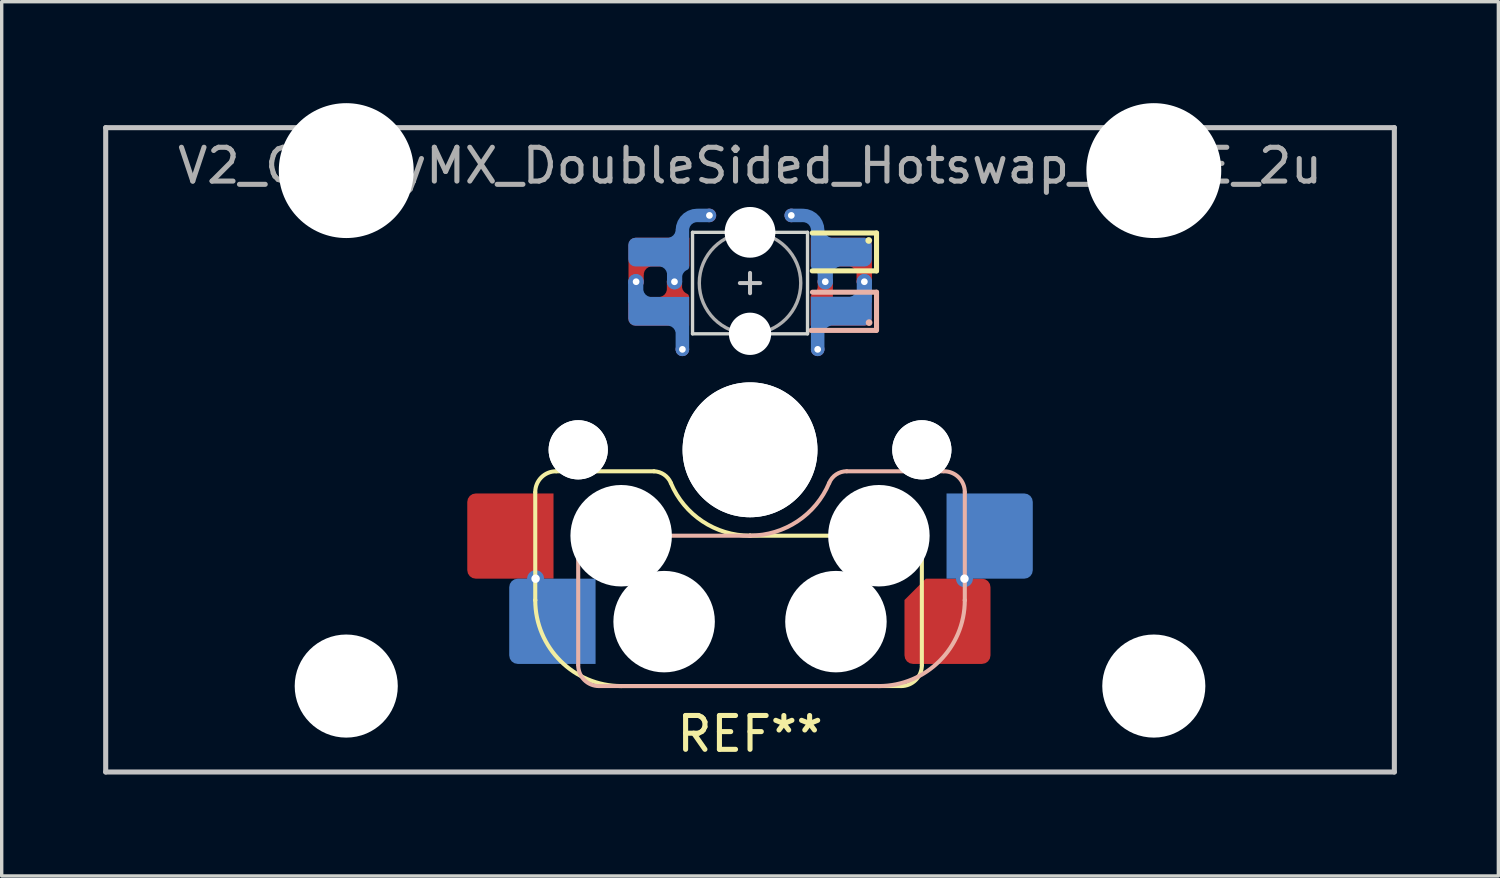
<source format=kicad_pcb>
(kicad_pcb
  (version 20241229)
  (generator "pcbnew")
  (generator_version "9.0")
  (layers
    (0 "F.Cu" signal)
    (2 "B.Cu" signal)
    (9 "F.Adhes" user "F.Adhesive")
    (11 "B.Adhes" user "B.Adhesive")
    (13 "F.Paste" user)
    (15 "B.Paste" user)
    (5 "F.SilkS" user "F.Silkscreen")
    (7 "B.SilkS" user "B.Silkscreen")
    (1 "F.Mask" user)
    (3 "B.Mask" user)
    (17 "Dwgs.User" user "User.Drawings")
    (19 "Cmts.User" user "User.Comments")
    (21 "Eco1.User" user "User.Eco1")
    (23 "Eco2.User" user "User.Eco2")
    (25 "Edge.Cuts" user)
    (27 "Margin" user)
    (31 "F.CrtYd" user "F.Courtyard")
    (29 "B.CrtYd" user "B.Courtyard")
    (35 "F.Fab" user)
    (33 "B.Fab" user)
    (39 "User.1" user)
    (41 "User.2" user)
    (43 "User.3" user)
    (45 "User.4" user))
  (footprint "V2_CherryMX_DoubleSided_Hotswap_miniE_2u"
    (layer "F.Cu")
    (at 19.125 10.249)
    (property "Reference" "V2_CherryMX_DoubleSided_Hotswap_miniE_2u" (at 0 -8.4 0) (layer "F.Fab") (effects (font (size 1 1) (thickness 0.15))))
    (attr through_hole)
    (fp_line (start -6.35 4.445) (end -6.35 1.26) (stroke (width 0.12) (type solid)) (layer "F.SilkS"))
    (fp_line (start -6.35 4.445) (end -6.35 4.445) (stroke (width 0.12) (type solid)) (layer "F.SilkS"))
    (fp_line (start -5.73 0.635) (end -2.84 0.635) (stroke (width 0.12) (type solid)) (layer "F.SilkS"))
    (fp_line (start -3.81 6.985) (end -3.81 6.985) (stroke (width 0.12) (type solid)) (layer "F.SilkS"))
    (fp_line (start -3.81 6.985) (end 4.46 6.985) (stroke (width 0.12) (type solid)) (layer "F.SilkS"))
    (fp_line (start 0 2.54) (end 0 2.54) (stroke (width 0.12) (type solid)) (layer "F.SilkS"))
    (fp_line (start 0 2.54) (end 5.08 2.54) (stroke (width 0.12) (type solid)) (layer "F.SilkS"))
    (fp_line (start 3.74 -6.41) (end 1.84 -6.41) (stroke (width 0.15) (type solid)) (layer "F.SilkS"))
    (fp_line (start 3.74 -5.29) (end 1.84 -5.29) (stroke (width 0.15) (type solid)) (layer "F.SilkS"))
    (fp_line (start 3.74 -5.29) (end 3.74 -6.41) (stroke (width 0.15) (type solid)) (layer "F.SilkS"))
    (fp_line (start 5.08 2.54) (end 5.08 2.54) (stroke (width 0.12) (type solid)) (layer "F.SilkS"))
    (fp_line (start 5.08 2.54) (end 5.08 2.54) (stroke (width 0.12) (type solid)) (layer "F.SilkS"))
    (fp_line (start 5.08 6.37) (end 5.08 2.54) (stroke (width 0.12) (type solid)) (layer "F.SilkS"))
    (fp_arc (start -6.35 1.25) (mid -6.169871 0.815129) (end -5.735 0.635) (stroke (width 0.12) (type default)) (layer "F.SilkS"))
    (fp_arc (start -3.81 6.985) (mid -5.606051 6.241051) (end -6.35 4.445) (stroke (width 0.12) (type solid)) (layer "F.SilkS"))
    (fp_arc (start -2.840072 0.635) (mid -2.539135 0.734322) (end -2.34 0.980845) (stroke (width 0.12) (type default)) (layer "F.SilkS"))
    (fp_arc (start 0 2.54) (mid -1.405311 2.115199) (end -2.34 0.983072) (stroke (width 0.12) (type solid)) (layer "F.SilkS"))
    (fp_arc (start 5.080129 6.37) (mid 4.900006 6.804877) (end 4.465129 6.985) (stroke (width 0.12) (type default)) (layer "F.SilkS"))
    (fp_circle (center 3.51 -6.19) (end 3.41 -6.19) (stroke (width 0) (type solid)) (fill yes) (layer "F.SilkS"))
    (fp_line (start -5.08 2.54) (end -5.08 2.54) (stroke (width 0.12) (type solid)) (layer "B.SilkS"))
    (fp_line (start -5.08 2.54) (end -5.08 2.54) (stroke (width 0.12) (type solid)) (layer "B.SilkS"))
    (fp_line (start -5.08 6.36) (end -5.08 2.54) (stroke (width 0.12) (type solid)) (layer "B.SilkS"))
    (fp_line (start -4.46 6.985) (end 3.81 6.985) (stroke (width 0.12) (type solid)) (layer "B.SilkS"))
    (fp_line (start 0 2.54) (end -5.08 2.54) (stroke (width 0.12) (type solid)) (layer "B.SilkS"))
    (fp_line (start 0 2.54) (end 0 2.54) (stroke (width 0.12) (type solid)) (layer "B.SilkS"))
    (fp_line (start 1.8 -3.53) (end 3.724 -3.53) (stroke (width 0.15) (type solid)) (layer "B.SilkS"))
    (fp_line (start 2.86 0.635) (end 5.72 0.635) (stroke (width 0.12) (type solid)) (layer "B.SilkS"))
    (fp_line (start 3.74 -4.66) (end 1.846 -4.66) (stroke (width 0.15) (type solid)) (layer "B.SilkS"))
    (fp_line (start 3.74 -3.53) (end 3.74 -4.66) (stroke (width 0.15) (type solid)) (layer "B.SilkS"))
    (fp_line (start 3.81 6.985) (end 3.81 6.985) (stroke (width 0.12) (type solid)) (layer "B.SilkS"))
    (fp_line (start 6.35 1.25) (end 6.35 4.445) (stroke (width 0.12) (type solid)) (layer "B.SilkS"))
    (fp_line (start 6.35 4.445) (end 6.35 4.445) (stroke (width 0.12) (type solid)) (layer "B.SilkS"))
    (fp_arc (start -4.465 6.985) (mid -4.899871 6.804871) (end -5.08 6.37) (stroke (width 0.12) (type default)) (layer "B.SilkS"))
    (fp_arc (start 2.34 0.98) (mid 1.405313 2.11213) (end 0 2.536928) (stroke (width 0.12) (type solid)) (layer "B.SilkS"))
    (fp_arc (start 2.34 0.98) (mid 2.547385 0.72789) (end 2.859999 0.633863) (stroke (width 0.12) (type default)) (layer "B.SilkS"))
    (fp_arc (start 5.735129 0.635) (mid 6.170006 0.815123) (end 6.350129 1.25) (stroke (width 0.12) (type default)) (layer "B.SilkS"))
    (fp_arc (start 6.35 4.445) (mid 5.606051 6.241051) (end 3.81 6.985) (stroke (width 0.12) (type solid)) (layer "B.SilkS"))
    (fp_circle (center 3.52 -3.76) (end 3.62 -3.76) (stroke (width 0) (type solid)) (fill yes) (layer "B.SilkS"))
    (fp_line (start -19.05 -9.525) (end 19.05 -9.525) (stroke (width 0.15) (type solid)) (layer "Dwgs.User"))
    (fp_line (start -19.05 9.525) (end -19.05 -9.525) (stroke (width 0.15) (type solid)) (layer "Dwgs.User"))
    (fp_line (start -0.3 -4.93) (end 0.3 -4.93) (stroke (width 0.12) (type solid)) (layer "Dwgs.User"))
    (fp_line (start 0 -4.63) (end 0 -5.23) (stroke (width 0.12) (type solid)) (layer "Dwgs.User"))
    (fp_line (start 19.05 -9.525) (end 19.05 9.525) (stroke (width 0.15) (type solid)) (layer "Dwgs.User"))
    (fp_line (start 19.05 9.525) (end -19.05 9.525) (stroke (width 0.15) (type solid)) (layer "Dwgs.User"))
    (fp_line (start -1.7 -6.43) (end -1.7 -3.43) (stroke (width 0.1) (type solid)) (layer "Edge.Cuts"))
    (fp_line (start 1.7 -6.43) (end -1.7 -6.43) (stroke (width 0.1) (type solid)) (layer "Edge.Cuts"))
    (fp_line (start 1.7 -3.43) (end -1.7 -3.43) (stroke (width 0.1) (type solid)) (layer "Edge.Cuts"))
    (fp_line (start 1.7 -3.43) (end 1.7 -6.43) (stroke (width 0.1) (type solid)) (layer "Edge.Cuts"))
    (fp_circle (center 0 -4.93) (end 0 -6.43) (stroke (width 0.1) (type solid)) (fill no) (layer "F.Fab"))
    (fp_line (start -9.525 9.525) (end -9.525 -9.525) (stroke (width 0.15) (type solid)) (layer "User.2"))
    (fp_line (start 9.525 -9.525) (end -9.525 -9.525) (stroke (width 0.15) (type solid)) (layer "User.2"))
    (fp_line (start 9.525 9.525) (end -9.525 9.525) (stroke (width 0.15) (type solid)) (layer "User.2"))
    (fp_line (start 9.525 9.525) (end 9.525 -9.525) (stroke (width 0.15) (type solid)) (layer "User.2"))
    (fp_text user "REF**" (at 0 8.4 0) (unlocked yes) (layer "F.SilkS") (effects (font (size 1 1) (thickness 0.15))))
    (pad "" np_thru_hole circle (at -11.938 -8.255) (size 3.988 3.988) (drill 3.988) (layers "*.Cu" "*.Mask"))
    (pad "" np_thru_hole circle (at -11.938 6.985) (size 3.048 3.048) (drill 3.048) (layers "*.Cu" "*.Mask"))
    (pad "" np_thru_hole circle (at -5.08 0 180) (size 1.75 1.75) (drill 1.75) (layers "*.Cu" "*.Mask"))
    (pad "" np_thru_hole circle (at -5.08 0 180) (size 1.75 1.75) (drill 1.75) (layers "*.Cu" "*.Mask"))
    (pad "" np_thru_hole circle (at -3.81 2.54 180) (size 3 3) (drill 3) (layers "*.Cu" "*.Mask"))
    (pad "" smd roundrect (at -2.69 -5.845) (size 1.82 0.85) (layers "B.Mask") (roundrect_rratio 0.25) (chamfer_ratio 0) (chamfer top_right bottom_right))
    (pad "" smd roundrect (at -2.69 -4.095 180) (size 1.82 0.85) (layers "F.Mask") (roundrect_rratio 0.25) (chamfer_ratio 0) (chamfer top_left bottom_left))
    (pad "" smd roundrect (at -2.69 -4.095) (size 1.82 0.84) (layers "B.Mask") (roundrect_rratio 0.25) (chamfer_ratio 0) (chamfer top_right bottom_right))
    (pad "" smd roundrect (at -2.685 -5.855 180) (size 1.83 0.85) (layers "F.Mask") (roundrect_rratio 0.25) (chamfer_ratio 0) (chamfer top_left bottom_left))
    (pad "" np_thru_hole circle (at -2.54 5.08 180) (size 3 3) (drill 3) (layers "*.Cu" "*.Mask"))
    (pad "" np_thru_hole circle (at 0 -6.43 180) (size 1.5 1.5) (drill 1.5) (layers "*.Cu" "*.Mask"))
    (pad "" np_thru_hole circle (at 0 -3.43 180) (size 1.25 1.25) (drill 1.25) (layers "*.Cu" "*.Mask"))
    (pad "" np_thru_hole circle (at 0 0 180) (size 3.988 3.988) (drill 3.988) (layers "*.Cu" "*.Mask"))
    (pad "" np_thru_hole circle (at 0 0 180) (size 3.988 3.988) (drill 3.988) (layers "*.Cu" "*.Mask"))
    (pad "" smd rect (at 2.47 -5.85) (size 1.38 0.84) (layers "F.Mask"))
    (pad "" smd rect (at 2.47 -4.09 180) (size 1.38 0.84) (layers "B.Mask"))
    (pad "" np_thru_hole circle (at 2.54 5.08 180) (size 3 3) (drill 3) (layers "*.Cu" "*.Mask"))
    (pad "" smd roundrect (at 2.685 -4.095) (size 1.83 0.85) (layers "F.Mask") (roundrect_rratio 0.25) (chamfer_ratio 0) (chamfer top_left bottom_left))
    (pad "" smd roundrect (at 2.69 -5.84 180) (size 1.82 0.84) (layers "B.Mask") (roundrect_rratio 0.25) (chamfer_ratio 0) (chamfer top_right bottom_right))
    (pad "" smd roundrect (at 2.855 -5.85) (size 1.49 0.84) (layers "F.Mask") (roundrect_rratio 0.25) (chamfer_ratio 0.5) (chamfer top_right))
    (pad "" smd roundrect (at 2.855 -4.09 180) (size 1.49 0.84) (layers "B.Mask") (roundrect_rratio 0.25) (chamfer_ratio 0.5) (chamfer top_left))
    (pad "" np_thru_hole circle (at 3.81 2.54 180) (size 3 3) (drill 3) (layers "*.Cu" "*.Mask"))
    (pad "" np_thru_hole circle (at 5.08 0 180) (size 1.75 1.75) (drill 1.75) (layers "*.Cu" "*.Mask"))
    (pad "" np_thru_hole circle (at 5.08 0 180) (size 1.75 1.75) (drill 1.75) (layers "*.Cu" "*.Mask"))
    (pad "" np_thru_hole circle (at 11.938 -8.255) (size 3.988 3.988) (drill 3.988) (layers "*.Cu" "*.Mask"))
    (pad "" np_thru_hole circle (at 11.938 6.985) (size 3.048 3.048) (drill 3.048) (layers "*.Cu" "*.Mask"))
    (pad "1" smd custom (at -2.7 -5.845) (size 0.85 0.85) (layers "B.Cu") (options (anchor circle)) (primitives (gr_arc (start 0.698874 -0.666126) (mid 0.57 -0.355) (end 0.258874 -0.226126) (width 0.4)) (gr_arc (start 0.7 -0.645) (mid 0.828874 -0.956126) (end 1.14 -1.085) (width 0.4)) (gr_line (start 1.18 -1.085) (end 1.48 -1.085) (width 0.4)) (gr_line (start 0.7 -0.645) (end 0.7 -0.165) (width 0.4)) (gr_line (start 0.47 0.875) (end 0.47 0.275) (width 0.45)) (gr_arc (start 0.592691 0.750315) (mid 0.650001 0.56089) (end 0.802705 0.435002) (width 0.2)) (gr_arc (start 0.005 0.225) (mid 0.316126 0.353874) (end 0.445 0.665) (width 0.4)) (gr_poly (pts (xy -0.9 -0.212) (xy -0.884 -0.294) (xy -0.838 -0.363) (xy -0.769 -0.409) (xy -0.688 -0.425) (xy 0.9 -0.425) (xy 0.9 0.425) (xy -0.688 0.425) (xy -0.769 0.409) (xy -0.838 0.363) (xy -0.884 0.294) (xy -0.9 0.212)) (width 0) (fill yes))))
    (pad "1" smd custom (at -2.7 -4.095) (size 0.85 0.85) (layers "F.Cu") (options (anchor circle)) (primitives (gr_arc (start 0.44 -0.665) (mid 0.311126 -0.353874) (end 0 -0.225) (width 0.4)) (gr_arc (start 0.798298 -0.429684) (mid 0.645594 -0.555573) (end 0.588284 -0.744999) (width 0.2)) (gr_line (start 0.466 -0.874) (end 0.466 -0.184) (width 0.45)) (gr_poly (pts (xy -0.9 -0.212) (xy -0.884 -0.294) (xy -0.838 -0.363) (xy -0.769 -0.409) (xy -0.688 -0.425) (xy 0.9 -0.425) (xy 0.9 0.425) (xy -0.688 0.425) (xy -0.769 0.409) (xy -0.838 0.363) (xy -0.884 0.294) (xy -0.9 0.212)) (width 0) (fill yes))))
    (pad "1" thru_hole circle (at -2.234 -4.969 180) (size 0.45 0.45) (drill 0.2) (layers "*.Cu"))
    (pad "1" thru_hole circle (at -1.2 -6.93) (size 0.4 0.4) (drill 0.2) (layers "*.Cu"))
    (pad "2" thru_hole circle (at -3.368 -4.97 180) (size 0.45 0.45) (drill 0.2) (layers "*.Cu"))
    (pad "2" smd custom (at -2.7 -4.095 180) (size 0.85 0.85) (layers "B.Cu") (options (anchor circle)) (primitives (gr_poly (pts (xy -0.9 -0.425) (xy 0.688 -0.425) (xy 0.769 -0.409) (xy 0.838 -0.363) (xy 0.884 -0.294) (xy 0.9 -0.212) (xy 0.9 0.212) (xy 0.884 0.294) (xy 0.838 0.363) (xy 0.769 0.409) (xy 0.688 0.425) (xy -0.9 0.425)) (width 0) (fill yes)) (gr_line (start -0.7 -1.125) (end -0.7 -0.225) (width 0.4)) (gr_arc (start -0.26 -0.226126) (mid -0.571126 -0.355) (end -0.7 -0.666126) (width 0.4)) (gr_line (start 0.68 0.875) (end 0.68 0.275) (width 0.45)) (gr_arc (start 0.215 0.225) (mid 0.526126 0.353874) (end 0.655 0.665) (width 0.4))))
    (pad "2" smd custom (at -2.693 -5.845 180) (size 0.85 0.85) (layers "F.Cu") (options (anchor circle)) (primitives (gr_arc (start 0.645874 -0.666126) (mid 0.517 -0.355) (end 0.205874 -0.226126) (width 0.4)) (gr_line (start 0.675 -0.875) (end 0.675 -0.135) (width 0.45)) (gr_poly (pts (xy -0.9 -0.425) (xy 0.9 -0.425) (xy 0.9 0.212) (xy 0.884 0.294) (xy 0.838 0.363) (xy 0.769 0.409) (xy 0.688 0.425) (xy -0.9 0.425)) (width 0) (fill yes))))
    (pad "2" thru_hole circle (at -2 -2.97 180) (size 0.4 0.4) (drill 0.2) (layers "*.Cu"))
    (pad "3" thru_hole circle (at 2 -2.97 180) (size 0.4 0.4) (drill 0.2) (layers "*.Cu"))
    (pad "3" smd custom (at 2.7 -4.1 180) (size 0.85 0.85) (layers "B.Cu") (options (anchor circle)) (primitives (gr_poly (pts (xy 0.9 -0.425) (xy -0.688 -0.425) (xy -0.769 -0.409) (xy -0.838 -0.363) (xy -0.884 -0.294) (xy -0.9 -0.212) (xy -0.9 0.212) (xy -0.884 0.294) (xy -0.838 0.363) (xy -0.769 0.409) (xy -0.688 0.425) (xy 0.9 0.425)) (width 0) (fill yes)) (gr_line (start 0.7 -0.225) (end 0.7 -1.125) (width 0.4)) (gr_arc (start 0.7 -0.666126) (mid 0.571126 -0.355) (end 0.26 -0.226126) (width 0.4)) (gr_line (start -0.68 0.275) (end -0.68 0.875) (width 0.45)) (gr_arc (start -0.655 0.665) (mid -0.526126 0.353874) (end -0.215 0.225) (width 0.4))))
    (pad "3" smd custom (at 2.705 -5.845 180) (size 0.85 0.85) (layers "F.Cu") (options (anchor circle)) (primitives (gr_arc (start -0.205 -0.225) (mid -0.516126 -0.353874) (end -0.645 -0.665) (width 0.4)) (gr_poly (pts (xy -0.494 -0.354) (xy -0.85 -0.354) (xy -0.85 -0.887) (xy -0.494 -0.887)) (width 0.1) (fill yes)) (gr_poly (pts (xy -0.9 -0.425) (xy 0.91 -0.425) (xy 0.91 0.425) (xy -0.688 0.425) (xy -0.769 0.409) (xy -0.838 0.363) (xy -0.884 0.294) (xy -0.9 0.212)) (width 0) (fill yes))))
    (pad "3" thru_hole circle (at 3.38 -4.97 180) (size 0.45 0.45) (drill 0.2) (layers "*.Cu"))
    (pad "4" thru_hole circle (at 1.22 -6.93) (size 0.4 0.4) (drill 0.2) (layers "*.Cu"))
    (pad "4" thru_hole circle (at 2.225 -4.97 180) (size 0.45 0.45) (drill 0.2) (layers "*.Cu"))
    (pad "4" smd custom (at 2.7 -5.845) (size 0.85 0.85) (layers "B.Cu") (options (anchor circle)) (primitives (gr_arc (start -0.26 -0.226126) (mid -0.571126 -0.355) (end -0.7 -0.666126) (width 0.4)) (gr_line (start -0.7 -0.645) (end -0.7 -0.165) (width 0.4)) (gr_arc (start -1.14 -1.085) (mid -0.828874 -0.956126) (end -0.7 -0.645) (width 0.4)) (gr_line (start -1.18 -1.085) (end -1.48 -1.085) (width 0.4)) (gr_line (start -0.475 0.875) (end -0.475 0.275) (width 0.45)) (gr_arc (start -0.8 0.415) (mid -0.647296 0.540889) (end -0.589986 0.730315) (width 0.2)) (gr_arc (start -0.45 0.665) (mid -0.321126 0.353874) (end -0.01 0.225) (width 0.4)) (gr_poly (pts (xy -0.9 -0.425) (xy 0.688 -0.425) (xy 0.769 -0.409) (xy 0.838 -0.363) (xy 0.884 -0.294) (xy 0.9 -0.212) (xy 0.9 0.212) (xy 0.884 0.294) (xy 0.838 0.363) (xy 0.769 0.409) (xy 0.688 0.425) (xy -0.9 0.425)) (width 0) (fill yes))))
    (pad "4" smd custom (at 2.7 -4.095) (size 0.85 0.85) (layers "F.Cu") (options (anchor circle)) (primitives (gr_line (start -0.475 -0.875) (end -0.475 -0.235) (width 0.45)) (gr_arc (start -0.599987 -0.740315) (mid -0.657296 -0.550889) (end -0.81 -0.425001) (width 0.2)) (gr_poly (pts (xy -0.91 -0.425) (xy 0.688 -0.425) (xy 0.769 -0.409) (xy 0.838 -0.363) (xy 0.884 -0.294) (xy 0.9 -0.212) (xy 0.9 0.212) (xy 0.884 0.294) (xy 0.838 0.363) (xy 0.769 0.409) (xy 0.688 0.425) (xy -0.91 0.425)) (width 0) (fill yes))))
    (pad "5" smd roundrect (at 5.838 5.07 180) (size 2.543 2.52) (layers "F.Cu" "F.Mask" "F.Paste") (roundrect_rratio 0.1) (chamfer_ratio 0.25) (chamfer bottom_right))
    (pad "5" thru_hole circle (at 6.34 3.81 180) (size 0.5 0.5) (drill 0.25) (layers "*.Cu"))
    (pad "5" smd roundrect (at 7.085 2.55 180) (size 2.55 2.52) (layers "B.Cu" "B.Mask" "B.Paste") (roundrect_rratio 0.1) (chamfer_ratio 0) (chamfer top_right bottom_right))
    (pad "6" smd roundrect (at -7.085 2.55 180) (size 2.55 2.52) (layers "F.Cu" "F.Mask" "F.Paste") (roundrect_rratio 0.1) (chamfer_ratio 0) (chamfer top_left bottom_left))
    (pad "6" thru_hole circle (at -6.34 3.81 180) (size 0.5 0.5) (drill 0.25) (layers "*.Cu"))
    (pad "6" smd roundrect (at -5.843 5.07 180) (size 2.553 2.52) (layers "B.Cu" "B.Mask" "B.Paste") (roundrect_rratio 0.1) (chamfer_ratio 0) (chamfer top_left bottom_left)))
  (gr_rect
    (start -3 -3)
    (end 41.25 22.849)
    (stroke (width 0.1) (type default))
    (fill no)
    (layer "Edge.Cuts")))
</source>
